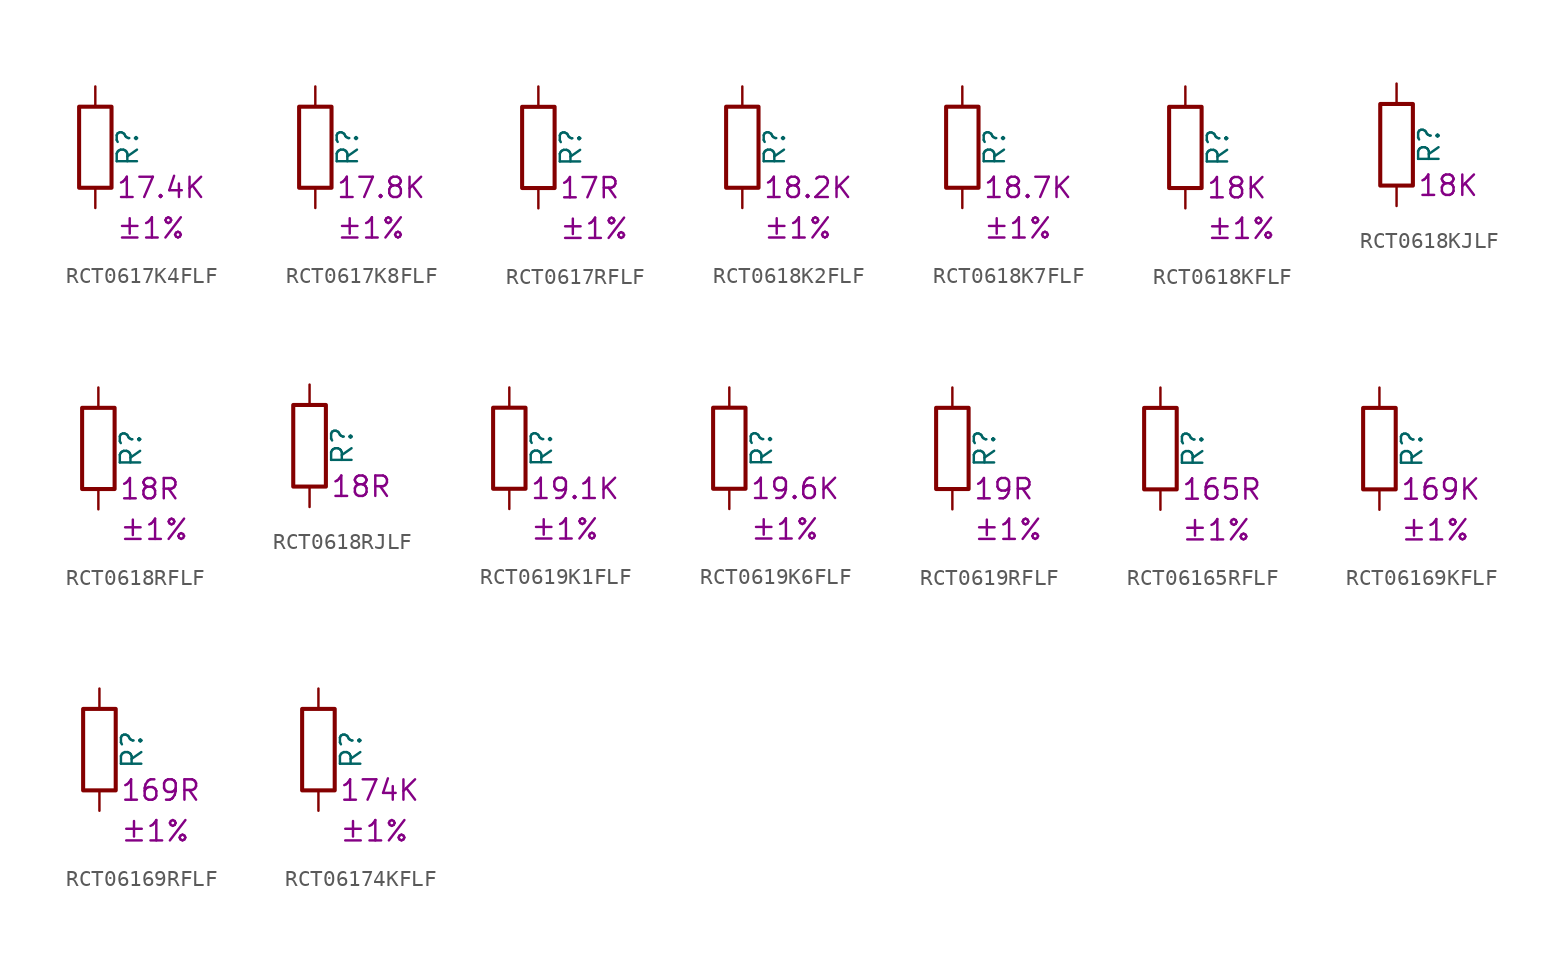
<source format=kicad_sym>
(kicad_symbol_lib
  (version 20220914)
  (generator kicad_symbol_editor)
  (symbol "RCT0617K4FLF"
    (pin_numbers hide)
    (pin_names
      (offset 0))
    (property "Reference" "R"
      (at 2.032 0 90)
      (effects (font (size 1.27 1.27))))
    (property "Resistance" "17.4K"
      (at 1.27 -2.54 0)
      (effects (font (size 1.27 1.27)) (justify left)))
    (property "Tolerance" "±1%"
      (at 1.27 -5.08 0)
      (effects (font (size 1.27 1.27)) (justify left)))
    (symbol "RCT0617K4FLF_0_1"
      (rectangle (start -1.016 -2.54) (end 1.016 2.54) (stroke (width 0.254) (type default)) (fill (type none))))
    (symbol "RCT0617K4FLF_1_1"
      (pin passive line (at 0 3.81 270) (length 1.27) (name "~" (effects (font (size 1.27 1.27)))) (number "1" (effects (font (size 1.27 1.27)))))
      (pin passive line (at 0 -3.81 90) (length 1.27) (name "~" (effects (font (size 1.27 1.27)))) (number "2" (effects (font (size 1.27 1.27)))))))
  (symbol "RCT0617K8FLF"
    (pin_numbers hide)
    (pin_names
      (offset 0))
    (property "Reference" "R"
      (at 2.032 0 90)
      (effects (font (size 1.27 1.27))))
    (property "Resistance" "17.8K"
      (at 1.27 -2.54 0)
      (effects (font (size 1.27 1.27)) (justify left)))
    (property "Tolerance" "±1%"
      (at 1.27 -5.08 0)
      (effects (font (size 1.27 1.27)) (justify left)))
    (symbol "RCT0617K8FLF_0_1"
      (rectangle (start -1.016 -2.54) (end 1.016 2.54) (stroke (width 0.254) (type default)) (fill (type none))))
    (symbol "RCT0617K8FLF_1_1"
      (pin passive line (at 0 3.81 270) (length 1.27) (name "~" (effects (font (size 1.27 1.27)))) (number "1" (effects (font (size 1.27 1.27)))))
      (pin passive line (at 0 -3.81 90) (length 1.27) (name "~" (effects (font (size 1.27 1.27)))) (number "2" (effects (font (size 1.27 1.27)))))))
  (symbol "RCT0617RFLF"
    (pin_numbers hide)
    (pin_names
      (offset 0))
    (property "Reference" "R"
      (at 2.032 0 90)
      (effects (font (size 1.27 1.27))))
    (property "Resistance" "17R"
      (at 1.27 -2.54 0)
      (effects (font (size 1.27 1.27)) (justify left)))
    (property "Tolerance" "±1%"
      (at 1.27 -5.08 0)
      (effects (font (size 1.27 1.27)) (justify left)))
    (symbol "RCT0617RFLF_0_1"
      (rectangle (start -1.016 -2.54) (end 1.016 2.54) (stroke (width 0.254) (type default)) (fill (type none))))
    (symbol "RCT0617RFLF_1_1"
      (pin passive line (at 0 3.81 270) (length 1.27) (name "~" (effects (font (size 1.27 1.27)))) (number "1" (effects (font (size 1.27 1.27)))))
      (pin passive line (at 0 -3.81 90) (length 1.27) (name "~" (effects (font (size 1.27 1.27)))) (number "2" (effects (font (size 1.27 1.27)))))))
  (symbol "RCT0618K2FLF"
    (pin_numbers hide)
    (pin_names
      (offset 0))
    (property "Reference" "R"
      (at 2.032 0 90)
      (effects (font (size 1.27 1.27))))
    (property "Resistance" "18.2K"
      (at 1.27 -2.54 0)
      (effects (font (size 1.27 1.27)) (justify left)))
    (property "Tolerance" "±1%"
      (at 1.27 -5.08 0)
      (effects (font (size 1.27 1.27)) (justify left)))
    (symbol "RCT0618K2FLF_0_1"
      (rectangle (start -1.016 -2.54) (end 1.016 2.54) (stroke (width 0.254) (type default)) (fill (type none))))
    (symbol "RCT0618K2FLF_1_1"
      (pin passive line (at 0 3.81 270) (length 1.27) (name "~" (effects (font (size 1.27 1.27)))) (number "1" (effects (font (size 1.27 1.27)))))
      (pin passive line (at 0 -3.81 90) (length 1.27) (name "~" (effects (font (size 1.27 1.27)))) (number "2" (effects (font (size 1.27 1.27)))))))
  (symbol "RCT0618K7FLF"
    (pin_numbers hide)
    (pin_names
      (offset 0))
    (property "Reference" "R"
      (at 2.032 0 90)
      (effects (font (size 1.27 1.27))))
    (property "Resistance" "18.7K"
      (at 1.27 -2.54 0)
      (effects (font (size 1.27 1.27)) (justify left)))
    (property "Tolerance" "±1%"
      (at 1.27 -5.08 0)
      (effects (font (size 1.27 1.27)) (justify left)))
    (symbol "RCT0618K7FLF_0_1"
      (rectangle (start -1.016 -2.54) (end 1.016 2.54) (stroke (width 0.254) (type default)) (fill (type none))))
    (symbol "RCT0618K7FLF_1_1"
      (pin passive line (at 0 3.81 270) (length 1.27) (name "~" (effects (font (size 1.27 1.27)))) (number "1" (effects (font (size 1.27 1.27)))))
      (pin passive line (at 0 -3.81 90) (length 1.27) (name "~" (effects (font (size 1.27 1.27)))) (number "2" (effects (font (size 1.27 1.27)))))))
  (symbol "RCT0618KFLF"
    (pin_numbers hide)
    (pin_names
      (offset 0))
    (property "Reference" "R"
      (at 2.032 0 90)
      (effects (font (size 1.27 1.27))))
    (property "Resistance" "18K"
      (at 1.27 -2.54 0)
      (effects (font (size 1.27 1.27)) (justify left)))
    (property "Tolerance" "±1%"
      (at 1.27 -5.08 0)
      (effects (font (size 1.27 1.27)) (justify left)))
    (symbol "RCT0618KFLF_0_1"
      (rectangle (start -1.016 -2.54) (end 1.016 2.54) (stroke (width 0.254) (type default)) (fill (type none))))
    (symbol "RCT0618KFLF_1_1"
      (pin passive line (at 0 3.81 270) (length 1.27) (name "~" (effects (font (size 1.27 1.27)))) (number "1" (effects (font (size 1.27 1.27)))))
      (pin passive line (at 0 -3.81 90) (length 1.27) (name "~" (effects (font (size 1.27 1.27)))) (number "2" (effects (font (size 1.27 1.27)))))))
  (symbol "RCT0618KJLF"
    (pin_numbers hide)
    (pin_names
      (offset 0))
    (property "Reference" "R"
      (at 2.032 0 90)
      (effects (font (size 1.27 1.27))))
    (property "Resistance" "18K"
      (at 1.27 -2.54 0)
      (effects (font (size 1.27 1.27)) (justify left)))
    (symbol "RCT0618KJLF_0_1"
      (rectangle (start -1.016 -2.54) (end 1.016 2.54) (stroke (width 0.254) (type default)) (fill (type none))))
    (symbol "RCT0618KJLF_1_1"
      (pin passive line (at 0 3.81 270) (length 1.27) (name "~" (effects (font (size 1.27 1.27)))) (number "1" (effects (font (size 1.27 1.27)))))
      (pin passive line (at 0 -3.81 90) (length 1.27) (name "~" (effects (font (size 1.27 1.27)))) (number "2" (effects (font (size 1.27 1.27)))))))
  (symbol "RCT0618RFLF"
    (pin_numbers hide)
    (pin_names
      (offset 0))
    (property "Reference" "R"
      (at 2.032 0 90)
      (effects (font (size 1.27 1.27))))
    (property "Resistance" "18R"
      (at 1.27 -2.54 0)
      (effects (font (size 1.27 1.27)) (justify left)))
    (property "Tolerance" "±1%"
      (at 1.27 -5.08 0)
      (effects (font (size 1.27 1.27)) (justify left)))
    (symbol "RCT0618RFLF_0_1"
      (rectangle (start -1.016 -2.54) (end 1.016 2.54) (stroke (width 0.254) (type default)) (fill (type none))))
    (symbol "RCT0618RFLF_1_1"
      (pin passive line (at 0 3.81 270) (length 1.27) (name "~" (effects (font (size 1.27 1.27)))) (number "1" (effects (font (size 1.27 1.27)))))
      (pin passive line (at 0 -3.81 90) (length 1.27) (name "~" (effects (font (size 1.27 1.27)))) (number "2" (effects (font (size 1.27 1.27)))))))
  (symbol "RCT0618RJLF"
    (pin_numbers hide)
    (pin_names
      (offset 0))
    (property "Reference" "R"
      (at 2.032 0 90)
      (effects (font (size 1.27 1.27))))
    (property "Resistance" "18R"
      (at 1.27 -2.54 0)
      (effects (font (size 1.27 1.27)) (justify left)))
    (symbol "RCT0618RJLF_0_1"
      (rectangle (start -1.016 -2.54) (end 1.016 2.54) (stroke (width 0.254) (type default)) (fill (type none))))
    (symbol "RCT0618RJLF_1_1"
      (pin passive line (at 0 3.81 270) (length 1.27) (name "~" (effects (font (size 1.27 1.27)))) (number "1" (effects (font (size 1.27 1.27)))))
      (pin passive line (at 0 -3.81 90) (length 1.27) (name "~" (effects (font (size 1.27 1.27)))) (number "2" (effects (font (size 1.27 1.27)))))))
  (symbol "RCT0619K1FLF"
    (pin_numbers hide)
    (pin_names
      (offset 0))
    (property "Reference" "R"
      (at 2.032 0 90)
      (effects (font (size 1.27 1.27))))
    (property "Resistance" "19.1K"
      (at 1.27 -2.54 0)
      (effects (font (size 1.27 1.27)) (justify left)))
    (property "Tolerance" "±1%"
      (at 1.27 -5.08 0)
      (effects (font (size 1.27 1.27)) (justify left)))
    (symbol "RCT0619K1FLF_0_1"
      (rectangle (start -1.016 -2.54) (end 1.016 2.54) (stroke (width 0.254) (type default)) (fill (type none))))
    (symbol "RCT0619K1FLF_1_1"
      (pin passive line (at 0 3.81 270) (length 1.27) (name "~" (effects (font (size 1.27 1.27)))) (number "1" (effects (font (size 1.27 1.27)))))
      (pin passive line (at 0 -3.81 90) (length 1.27) (name "~" (effects (font (size 1.27 1.27)))) (number "2" (effects (font (size 1.27 1.27)))))))
  (symbol "RCT0619K6FLF"
    (pin_numbers hide)
    (pin_names
      (offset 0))
    (property "Reference" "R"
      (at 2.032 0 90)
      (effects (font (size 1.27 1.27))))
    (property "Resistance" "19.6K"
      (at 1.27 -2.54 0)
      (effects (font (size 1.27 1.27)) (justify left)))
    (property "Tolerance" "±1%"
      (at 1.27 -5.08 0)
      (effects (font (size 1.27 1.27)) (justify left)))
    (symbol "RCT0619K6FLF_0_1"
      (rectangle (start -1.016 -2.54) (end 1.016 2.54) (stroke (width 0.254) (type default)) (fill (type none))))
    (symbol "RCT0619K6FLF_1_1"
      (pin passive line (at 0 3.81 270) (length 1.27) (name "~" (effects (font (size 1.27 1.27)))) (number "1" (effects (font (size 1.27 1.27)))))
      (pin passive line (at 0 -3.81 90) (length 1.27) (name "~" (effects (font (size 1.27 1.27)))) (number "2" (effects (font (size 1.27 1.27)))))))
  (symbol "RCT0619RFLF"
    (pin_numbers hide)
    (pin_names
      (offset 0))
    (property "Reference" "R"
      (at 2.032 0 90)
      (effects (font (size 1.27 1.27))))
    (property "Resistance" "19R"
      (at 1.27 -2.54 0)
      (effects (font (size 1.27 1.27)) (justify left)))
    (property "Tolerance" "±1%"
      (at 1.27 -5.08 0)
      (effects (font (size 1.27 1.27)) (justify left)))
    (symbol "RCT0619RFLF_0_1"
      (rectangle (start -1.016 -2.54) (end 1.016 2.54) (stroke (width 0.254) (type default)) (fill (type none))))
    (symbol "RCT0619RFLF_1_1"
      (pin passive line (at 0 3.81 270) (length 1.27) (name "~" (effects (font (size 1.27 1.27)))) (number "1" (effects (font (size 1.27 1.27)))))
      (pin passive line (at 0 -3.81 90) (length 1.27) (name "~" (effects (font (size 1.27 1.27)))) (number "2" (effects (font (size 1.27 1.27)))))))
  (symbol "RCT06165RFLF"
    (pin_numbers hide)
    (pin_names
      (offset 0))
    (property "Reference" "R"
      (at 2.032 0 90)
      (effects (font (size 1.27 1.27))))
    (property "Resistance" "165R"
      (at 1.27 -2.54 0)
      (effects (font (size 1.27 1.27)) (justify left)))
    (property "Tolerance" "±1%"
      (at 1.27 -5.08 0)
      (effects (font (size 1.27 1.27)) (justify left)))
    (symbol "RCT06165RFLF_0_1"
      (rectangle (start -1.016 -2.54) (end 1.016 2.54) (stroke (width 0.254) (type default)) (fill (type none))))
    (symbol "RCT06165RFLF_1_1"
      (pin passive line (at 0 3.81 270) (length 1.27) (name "~" (effects (font (size 1.27 1.27)))) (number "1" (effects (font (size 1.27 1.27)))))
      (pin passive line (at 0 -3.81 90) (length 1.27) (name "~" (effects (font (size 1.27 1.27)))) (number "2" (effects (font (size 1.27 1.27)))))))
  (symbol "RCT06169KFLF"
    (pin_numbers hide)
    (pin_names
      (offset 0))
    (property "Reference" "R"
      (at 2.032 0 90)
      (effects (font (size 1.27 1.27))))
    (property "Resistance" "169K"
      (at 1.27 -2.54 0)
      (effects (font (size 1.27 1.27)) (justify left)))
    (property "Tolerance" "±1%"
      (at 1.27 -5.08 0)
      (effects (font (size 1.27 1.27)) (justify left)))
    (symbol "RCT06169KFLF_0_1"
      (rectangle (start -1.016 -2.54) (end 1.016 2.54) (stroke (width 0.254) (type default)) (fill (type none))))
    (symbol "RCT06169KFLF_1_1"
      (pin passive line (at 0 3.81 270) (length 1.27) (name "~" (effects (font (size 1.27 1.27)))) (number "1" (effects (font (size 1.27 1.27)))))
      (pin passive line (at 0 -3.81 90) (length 1.27) (name "~" (effects (font (size 1.27 1.27)))) (number "2" (effects (font (size 1.27 1.27)))))))
  (symbol "RCT06169RFLF"
    (pin_numbers hide)
    (pin_names
      (offset 0))
    (property "Reference" "R"
      (at 2.032 0 90)
      (effects (font (size 1.27 1.27))))
    (property "Resistance" "169R"
      (at 1.27 -2.54 0)
      (effects (font (size 1.27 1.27)) (justify left)))
    (property "Tolerance" "±1%"
      (at 1.27 -5.08 0)
      (effects (font (size 1.27 1.27)) (justify left)))
    (symbol "RCT06169RFLF_0_1"
      (rectangle (start -1.016 -2.54) (end 1.016 2.54) (stroke (width 0.254) (type default)) (fill (type none))))
    (symbol "RCT06169RFLF_1_1"
      (pin passive line (at 0 3.81 270) (length 1.27) (name "~" (effects (font (size 1.27 1.27)))) (number "1" (effects (font (size 1.27 1.27)))))
      (pin passive line (at 0 -3.81 90) (length 1.27) (name "~" (effects (font (size 1.27 1.27)))) (number "2" (effects (font (size 1.27 1.27)))))))
  (symbol "RCT06174KFLF"
    (pin_numbers hide)
    (pin_names
      (offset 0))
    (property "Reference" "R"
      (at 2.032 0 90)
      (effects (font (size 1.27 1.27))))
    (property "Resistance" "174K"
      (at 1.27 -2.54 0)
      (effects (font (size 1.27 1.27)) (justify left)))
    (property "Tolerance" "±1%"
      (at 1.27 -5.08 0)
      (effects (font (size 1.27 1.27)) (justify left)))
    (symbol "RCT06174KFLF_0_1"
      (rectangle (start -1.016 -2.54) (end 1.016 2.54) (stroke (width 0.254) (type default)) (fill (type none))))
    (symbol "RCT06174KFLF_1_1"
      (pin passive line (at 0 3.81 270) (length 1.27) (name "~" (effects (font (size 1.27 1.27)))) (number "1" (effects (font (size 1.27 1.27)))))
      (pin passive line (at 0 -3.81 90) (length 1.27) (name "~" (effects (font (size 1.27 1.27)))) (number "2" (effects (font (size 1.27 1.27))))))))
</source>
